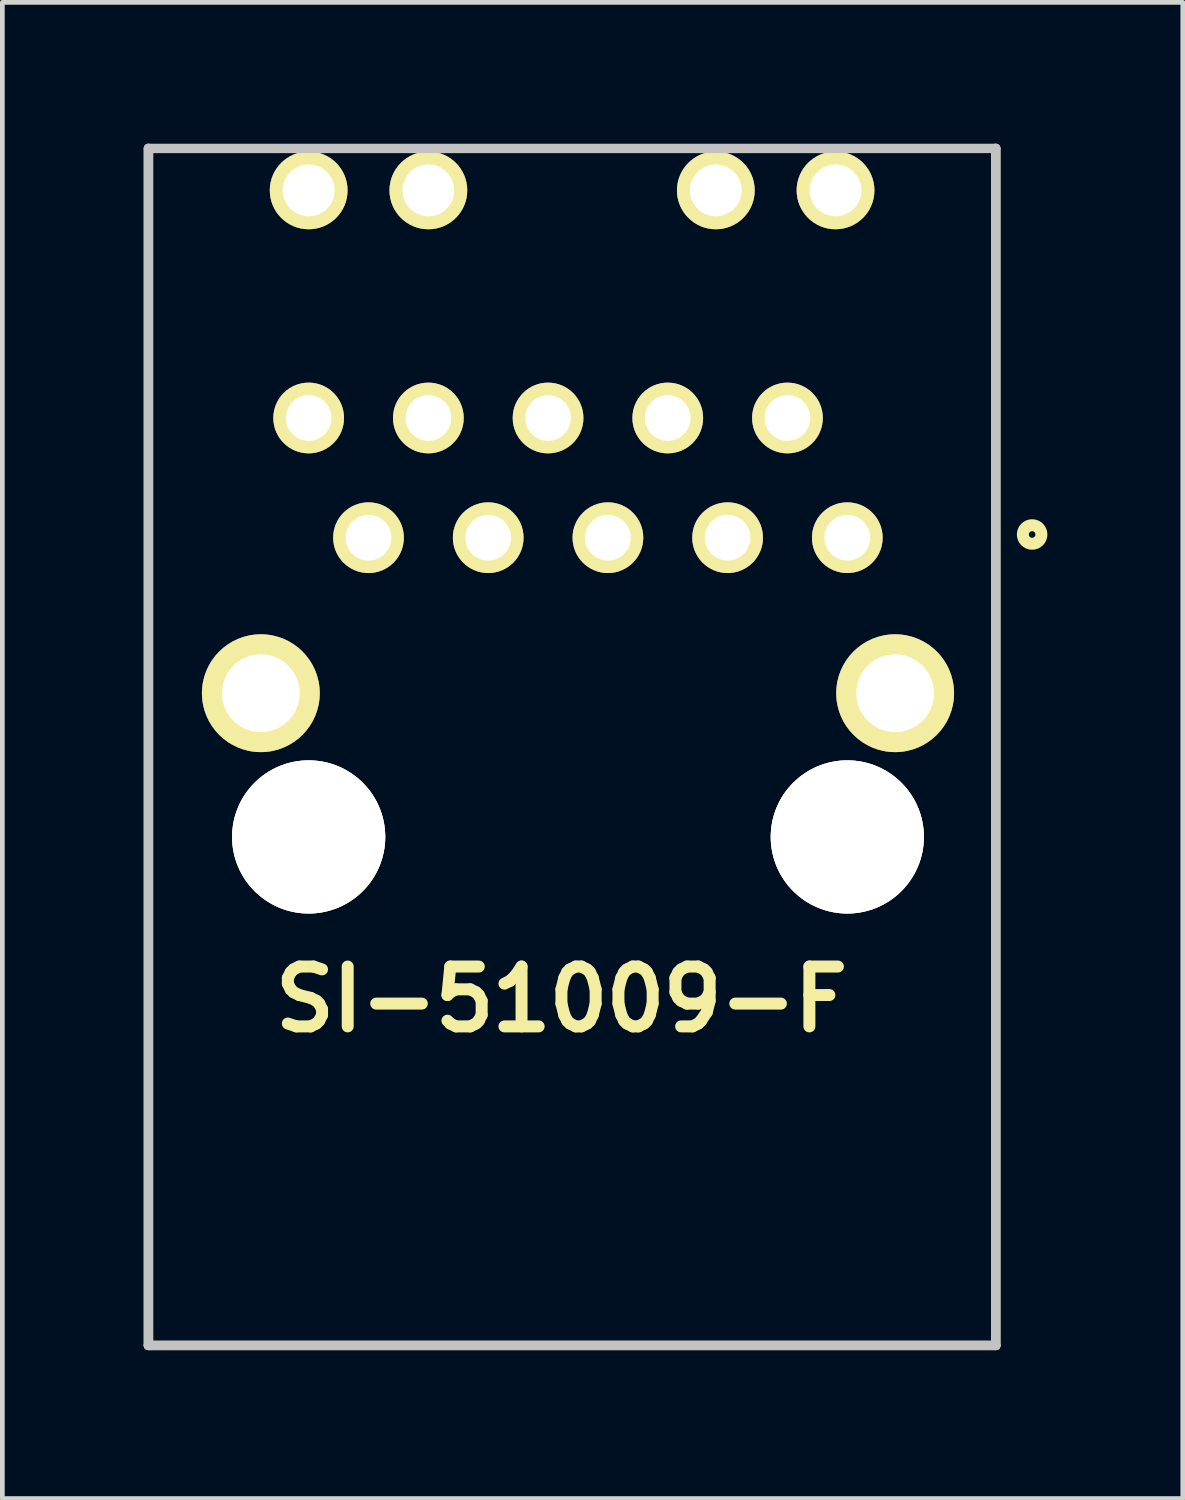
<source format=kicad_pcb>
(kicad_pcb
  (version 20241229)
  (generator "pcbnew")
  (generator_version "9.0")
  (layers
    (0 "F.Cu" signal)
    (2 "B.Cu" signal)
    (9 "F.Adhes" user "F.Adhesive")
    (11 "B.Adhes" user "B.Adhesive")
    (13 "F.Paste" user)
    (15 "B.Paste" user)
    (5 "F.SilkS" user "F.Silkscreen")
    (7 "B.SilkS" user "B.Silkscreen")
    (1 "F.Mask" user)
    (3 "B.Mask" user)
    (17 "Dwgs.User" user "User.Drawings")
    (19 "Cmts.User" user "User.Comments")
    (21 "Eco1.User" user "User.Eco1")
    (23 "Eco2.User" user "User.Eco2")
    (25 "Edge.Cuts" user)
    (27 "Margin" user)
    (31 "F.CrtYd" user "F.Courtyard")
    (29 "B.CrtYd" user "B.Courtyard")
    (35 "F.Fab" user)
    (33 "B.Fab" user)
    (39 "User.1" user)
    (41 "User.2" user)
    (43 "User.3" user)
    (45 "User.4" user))
  (footprint "SI-51009-F"
    (layer "F.Cu")
    (at 9.09 25.5)
    (property "Reference" "SI-51009-F" (at -0.226 -7.344 0) (layer "F.SilkS") (effects (font (size 1.27 1.27) (thickness 0.254))))
    (attr through_hole)
    (fp_line (start -8.99 -25.4) (end -8.99 0) (stroke (width 0.2) (type solid)) (layer "F.SilkS"))
    (fp_line (start -8.99 0) (end 8.99 0) (stroke (width 0.2) (type solid)) (layer "F.SilkS"))
    (fp_line (start 8.99 0) (end 8.99 -25.4) (stroke (width 0.2) (type solid)) (layer "F.SilkS"))
    (fp_circle (center 9.762 -17.208) (end 9.692 -17.208) (stroke (width 0.254) (type solid)) (fill no) (layer "F.SilkS"))
    (fp_line (start -8.99 -25.4) (end 8.99 -25.4) (stroke (width 0.2) (type solid)) (layer "Dwgs.User"))
    (fp_line (start -8.99 0) (end -8.99 -25.4) (stroke (width 0.2) (type solid)) (layer "Dwgs.User"))
    (fp_line (start 8.99 -25.4) (end 8.99 0) (stroke (width 0.2) (type solid)) (layer "Dwgs.User"))
    (fp_line (start 8.99 0) (end -8.99 0) (stroke (width 0.2) (type solid)) (layer "Dwgs.User"))
    (pad "1" thru_hole circle (at 5.84 -17.14 90) (size 1.5 1.5) (drill 0.97) (layers "*.Cu" "*.Mask" "F.SilkS"))
    (pad "2" thru_hole circle (at 4.57 -19.68 90) (size 1.5 1.5) (drill 0.97) (layers "*.Cu" "*.Mask" "F.SilkS"))
    (pad "3" thru_hole circle (at 3.3 -17.14 90) (size 1.5 1.5) (drill 0.97) (layers "*.Cu" "*.Mask" "F.SilkS"))
    (pad "4" thru_hole circle (at 2.03 -19.68 90) (size 1.5 1.5) (drill 0.97) (layers "*.Cu" "*.Mask" "F.SilkS"))
    (pad "5" thru_hole circle (at 0.76 -17.14 90) (size 1.5 1.5) (drill 0.97) (layers "*.Cu" "*.Mask" "F.SilkS"))
    (pad "6" thru_hole circle (at -0.51 -19.68 90) (size 1.5 1.5) (drill 0.97) (layers "*.Cu" "*.Mask" "F.SilkS"))
    (pad "7" thru_hole circle (at -1.78 -17.14 90) (size 1.5 1.5) (drill 0.97) (layers "*.Cu" "*.Mask" "F.SilkS"))
    (pad "8" thru_hole circle (at -3.05 -19.68 90) (size 1.5 1.5) (drill 0.97) (layers "*.Cu" "*.Mask" "F.SilkS"))
    (pad "9" thru_hole circle (at -4.32 -17.14 90) (size 1.5 1.5) (drill 0.97) (layers "*.Cu" "*.Mask" "F.SilkS"))
    (pad "10" thru_hole circle (at -5.59 -19.68 90) (size 1.5 1.5) (drill 0.97) (layers "*.Cu" "*.Mask" "F.SilkS"))
    (pad "11" thru_hole circle (at 5.59 -24.51 90) (size 1.65 1.65) (drill 1.1) (layers "*.Cu" "*.Mask" "F.SilkS"))
    (pad "12" thru_hole circle (at 3.05 -24.51 90) (size 1.65 1.65) (drill 1.1) (layers "*.Cu" "*.Mask" "F.SilkS"))
    (pad "13" thru_hole circle (at -3.05 -24.51 90) (size 1.65 1.65) (drill 1.1) (layers "*.Cu" "*.Mask" "F.SilkS"))
    (pad "14" thru_hole circle (at -5.59 -24.51 90) (size 1.65 1.65) (drill 1.1) (layers "*.Cu" "*.Mask" "F.SilkS"))
    (pad "15" thru_hole circle (at -6.605 -13.84 90) (size 2.5 2.5) (drill 1.65) (layers "*.Cu" "*.Mask" "F.SilkS"))
    (pad "16" thru_hole circle (at -5.59 -10.79 90) (size 3.25 3.25) (drill 3.25) (layers "*.Cu" "*.Mask" "F.SilkS"))
    (pad "17" thru_hole circle (at 5.84 -10.79 90) (size 3.25 3.25) (drill 3.25) (layers "*.Cu" "*.Mask" "F.SilkS"))
    (pad "18" thru_hole circle (at 6.855 -13.84 90) (size 2.5 2.5) (drill 1.65) (layers "*.Cu" "*.Mask" "F.SilkS")))
  (gr_rect
    (start -3 -3)
    (end 22.049 28.75)
    (stroke (width 0.1) (type default))
    (fill no)
    (layer "Edge.Cuts")))
</source>
